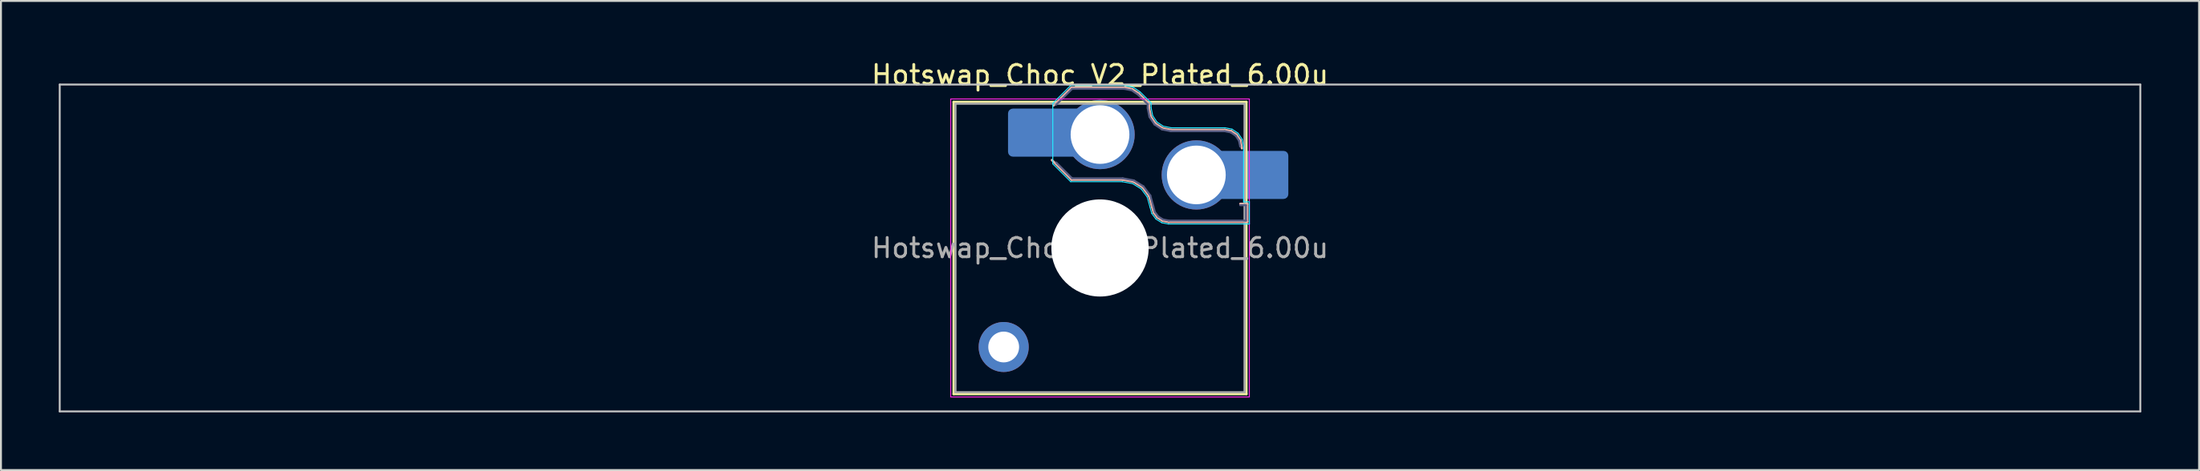
<source format=kicad_pcb>
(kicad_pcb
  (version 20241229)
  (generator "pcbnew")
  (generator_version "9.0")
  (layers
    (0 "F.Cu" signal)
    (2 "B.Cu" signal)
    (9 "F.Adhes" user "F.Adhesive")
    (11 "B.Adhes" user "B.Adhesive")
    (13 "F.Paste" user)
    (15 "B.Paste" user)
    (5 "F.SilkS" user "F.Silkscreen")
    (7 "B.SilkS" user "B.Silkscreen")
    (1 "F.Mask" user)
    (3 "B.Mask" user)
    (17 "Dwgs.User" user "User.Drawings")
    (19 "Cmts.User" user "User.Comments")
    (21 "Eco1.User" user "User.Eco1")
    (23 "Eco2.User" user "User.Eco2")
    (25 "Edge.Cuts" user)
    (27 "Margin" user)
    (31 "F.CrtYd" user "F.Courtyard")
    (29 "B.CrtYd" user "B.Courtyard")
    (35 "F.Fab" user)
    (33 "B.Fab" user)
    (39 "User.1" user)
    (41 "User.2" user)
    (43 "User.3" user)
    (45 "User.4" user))
  (footprint "Hotswap_Choc_V2_Plated_6.00u"
    (layer "F.Cu")
    (at 54.05 9.848)
    (property "Reference" "Hotswap_Choc_V2_Plated_6.00u" (at 0 -9 0) (layer "F.SilkS") (effects (font (size 1 1) (thickness 0.15))))
    (attr smd)
    (fp_line (start -7.6 -7.6) (end -7.6 7.6) (stroke (width 0.12) (type solid)) (layer "F.SilkS"))
    (fp_line (start -7.6 7.6) (end 7.6 7.6) (stroke (width 0.12) (type solid)) (layer "F.SilkS"))
    (fp_line (start 7.6 -7.6) (end -7.6 -7.6) (stroke (width 0.12) (type solid)) (layer "F.SilkS"))
    (fp_line (start 7.6 7.6) (end 7.6 -7.6) (stroke (width 0.12) (type solid)) (layer "F.SilkS"))
    (fp_line (start -2.416 -7.409) (end -1.479 -8.346) (stroke (width 0.12) (type solid)) (layer "B.SilkS"))
    (fp_line (start -1.479 -8.346) (end 1.268 -8.346) (stroke (width 0.12) (type solid)) (layer "B.SilkS"))
    (fp_line (start -1.479 -3.554) (end -2.5 -4.575) (stroke (width 0.12) (type solid)) (layer "B.SilkS"))
    (fp_line (start 1.168 -3.554) (end -1.479 -3.554) (stroke (width 0.12) (type solid)) (layer "B.SilkS"))
    (fp_line (start 1.268 -8.346) (end 1.671 -8.266) (stroke (width 0.12) (type solid)) (layer "B.SilkS"))
    (fp_line (start 1.671 -8.266) (end 2.013 -8.037) (stroke (width 0.12) (type solid)) (layer "B.SilkS"))
    (fp_line (start 1.73 -3.449) (end 1.168 -3.554) (stroke (width 0.12) (type solid)) (layer "B.SilkS"))
    (fp_line (start 2.013 -8.037) (end 2.546 -7.504) (stroke (width 0.12) (type solid)) (layer "B.SilkS"))
    (fp_line (start 2.209 -3.15) (end 1.73 -3.449) (stroke (width 0.12) (type solid)) (layer "B.SilkS"))
    (fp_line (start 2.546 -7.504) (end 2.546 -7.282) (stroke (width 0.12) (type solid)) (layer "B.SilkS"))
    (fp_line (start 2.546 -7.282) (end 2.633 -6.844) (stroke (width 0.12) (type solid)) (layer "B.SilkS"))
    (fp_line (start 2.547 -2.697) (end 2.209 -3.15) (stroke (width 0.12) (type solid)) (layer "B.SilkS"))
    (fp_line (start 2.633 -6.844) (end 2.877 -6.477) (stroke (width 0.12) (type solid)) (layer "B.SilkS"))
    (fp_line (start 2.701 -2.139) (end 2.547 -2.697) (stroke (width 0.12) (type solid)) (layer "B.SilkS"))
    (fp_line (start 2.783 -1.841) (end 2.701 -2.139) (stroke (width 0.12) (type solid)) (layer "B.SilkS"))
    (fp_line (start 2.877 -6.477) (end 3.244 -6.233) (stroke (width 0.12) (type solid)) (layer "B.SilkS"))
    (fp_line (start 2.976 -1.583) (end 2.783 -1.841) (stroke (width 0.12) (type solid)) (layer "B.SilkS"))
    (fp_line (start 3.244 -6.233) (end 3.682 -6.146) (stroke (width 0.12) (type solid)) (layer "B.SilkS"))
    (fp_line (start 3.25 -1.413) (end 2.976 -1.583) (stroke (width 0.12) (type solid)) (layer "B.SilkS"))
    (fp_line (start 3.56 -1.354) (end 3.25 -1.413) (stroke (width 0.12) (type solid)) (layer "B.SilkS"))
    (fp_line (start 3.682 -6.146) (end 6.482 -6.146) (stroke (width 0.12) (type solid)) (layer "B.SilkS"))
    (fp_line (start 6.482 -6.146) (end 6.809 -6.081) (stroke (width 0.12) (type solid)) (layer "B.SilkS"))
    (fp_line (start 6.809 -6.081) (end 7.092 -5.892) (stroke (width 0.12) (type solid)) (layer "B.SilkS"))
    (fp_line (start 7.092 -5.892) (end 7.281 -5.609) (stroke (width 0.12) (type solid)) (layer "B.SilkS"))
    (fp_line (start 7.281 -5.609) (end 7.366 -5.182) (stroke (width 0.12) (type solid)) (layer "B.SilkS"))
    (fp_line (start 7.283 -2.296) (end 7.646 -2.296) (stroke (width 0.12) (type solid)) (layer "B.SilkS"))
    (fp_line (start 7.646 -2.296) (end 7.646 -1.354) (stroke (width 0.12) (type solid)) (layer "B.SilkS"))
    (fp_line (start 7.646 -1.354) (end 3.56 -1.354) (stroke (width 0.12) (type solid)) (layer "B.SilkS"))
    (fp_line (start -54 -8.5) (end -54 8.5) (stroke (width 0.1) (type solid)) (layer "Dwgs.User"))
    (fp_line (start -54 8.5) (end 54 8.5) (stroke (width 0.1) (type solid)) (layer "Dwgs.User"))
    (fp_line (start 54 -8.5) (end -54 -8.5) (stroke (width 0.1) (type solid)) (layer "Dwgs.User"))
    (fp_line (start 54 8.5) (end 54 -8.5) (stroke (width 0.1) (type solid)) (layer "Dwgs.User"))
    (fp_line (start -7.25 -7.25) (end -7.25 7.25) (stroke (width 0.1) (type solid)) (layer "Eco1.User"))
    (fp_line (start -7.25 7.25) (end 7.25 7.25) (stroke (width 0.1) (type solid)) (layer "Eco1.User"))
    (fp_line (start 7.25 -7.25) (end -7.25 -7.25) (stroke (width 0.1) (type solid)) (layer "Eco1.User"))
    (fp_line (start 7.25 7.25) (end 7.25 -7.25) (stroke (width 0.1) (type solid)) (layer "Eco1.User"))
    (fp_line (start -2.452 -7.523) (end -1.523 -8.452) (stroke (width 0.05) (type solid)) (layer "B.CrtYd"))
    (fp_line (start -2.452 -4.377) (end -2.452 -7.523) (stroke (width 0.05) (type solid)) (layer "B.CrtYd"))
    (fp_line (start -1.523 -8.452) (end 1.278 -8.452) (stroke (width 0.05) (type solid)) (layer "B.CrtYd"))
    (fp_line (start -1.523 -3.448) (end -2.452 -4.377) (stroke (width 0.05) (type solid)) (layer "B.CrtYd"))
    (fp_line (start 1.159 -3.448) (end -1.523 -3.448) (stroke (width 0.05) (type solid)) (layer "B.CrtYd"))
    (fp_line (start 1.278 -8.452) (end 1.712 -8.366) (stroke (width 0.05) (type solid)) (layer "B.CrtYd"))
    (fp_line (start 1.691 -3.348) (end 1.159 -3.448) (stroke (width 0.05) (type solid)) (layer "B.CrtYd"))
    (fp_line (start 1.712 -8.366) (end 2.081 -8.119) (stroke (width 0.05) (type solid)) (layer "B.CrtYd"))
    (fp_line (start 2.081 -8.119) (end 2.652 -7.548) (stroke (width 0.05) (type solid)) (layer "B.CrtYd"))
    (fp_line (start 2.136 -3.071) (end 1.691 -3.348) (stroke (width 0.05) (type solid)) (layer "B.CrtYd"))
    (fp_line (start 2.45 -2.65) (end 2.136 -3.071) (stroke (width 0.05) (type solid)) (layer "B.CrtYd"))
    (fp_line (start 2.599 -2.111) (end 2.45 -2.65) (stroke (width 0.05) (type solid)) (layer "B.CrtYd"))
    (fp_line (start 2.652 -7.548) (end 2.652 -7.292) (stroke (width 0.05) (type solid)) (layer "B.CrtYd"))
    (fp_line (start 2.652 -7.292) (end 2.733 -6.885) (stroke (width 0.05) (type solid)) (layer "B.CrtYd"))
    (fp_line (start 2.687 -1.794) (end 2.599 -2.111) (stroke (width 0.05) (type solid)) (layer "B.CrtYd"))
    (fp_line (start 2.733 -6.885) (end 2.953 -6.553) (stroke (width 0.05) (type solid)) (layer "B.CrtYd"))
    (fp_line (start 2.903 -1.503) (end 2.687 -1.794) (stroke (width 0.05) (type solid)) (layer "B.CrtYd"))
    (fp_line (start 2.953 -6.553) (end 3.285 -6.333) (stroke (width 0.05) (type solid)) (layer "B.CrtYd"))
    (fp_line (start 3.211 -1.312) (end 2.903 -1.503) (stroke (width 0.05) (type solid)) (layer "B.CrtYd"))
    (fp_line (start 3.285 -6.333) (end 3.692 -6.252) (stroke (width 0.05) (type solid)) (layer "B.CrtYd"))
    (fp_line (start 3.55 -1.248) (end 3.211 -1.312) (stroke (width 0.05) (type solid)) (layer "B.CrtYd"))
    (fp_line (start 3.692 -6.252) (end 6.492 -6.252) (stroke (width 0.05) (type solid)) (layer "B.CrtYd"))
    (fp_line (start 6.492 -6.252) (end 6.85 -6.181) (stroke (width 0.05) (type solid)) (layer "B.CrtYd"))
    (fp_line (start 6.85 -6.181) (end 7.168 -5.968) (stroke (width 0.05) (type solid)) (layer "B.CrtYd"))
    (fp_line (start 7.168 -5.968) (end 7.381 -5.65) (stroke (width 0.05) (type solid)) (layer "B.CrtYd"))
    (fp_line (start 7.381 -5.65) (end 7.452 -5.292) (stroke (width 0.05) (type solid)) (layer "B.CrtYd"))
    (fp_line (start 7.452 -5.292) (end 7.452 -2.402) (stroke (width 0.05) (type solid)) (layer "B.CrtYd"))
    (fp_line (start 7.452 -2.402) (end 7.752 -2.402) (stroke (width 0.05) (type solid)) (layer "B.CrtYd"))
    (fp_line (start 7.752 -2.402) (end 7.752 -1.248) (stroke (width 0.05) (type solid)) (layer "B.CrtYd"))
    (fp_line (start 7.752 -1.248) (end 3.55 -1.248) (stroke (width 0.05) (type solid)) (layer "B.CrtYd"))
    (fp_line (start -7.75 -7.75) (end -7.75 7.75) (stroke (width 0.05) (type solid)) (layer "F.CrtYd"))
    (fp_line (start -7.75 7.75) (end 7.75 7.75) (stroke (width 0.05) (type solid)) (layer "F.CrtYd"))
    (fp_line (start 7.75 -7.75) (end -7.75 -7.75) (stroke (width 0.05) (type solid)) (layer "F.CrtYd"))
    (fp_line (start 7.75 7.75) (end 7.75 -7.75) (stroke (width 0.05) (type solid)) (layer "F.CrtYd"))
    (fp_line (start -2.275 -7.45) (end -1.45 -8.275) (stroke (width 0.1) (type solid)) (layer "B.Fab"))
    (fp_line (start -1.45 -8.275) (end 1.261 -8.275) (stroke (width 0.1) (type solid)) (layer "B.Fab"))
    (fp_line (start -1.45 -3.625) (end -2.275 -4.45) (stroke (width 0.1) (type solid)) (layer "B.Fab"))
    (fp_line (start 1.175 -3.625) (end -1.45 -3.625) (stroke (width 0.1) (type solid)) (layer "B.Fab"))
    (fp_line (start 1.261 -8.275) (end 1.643 -8.199) (stroke (width 0.1) (type solid)) (layer "B.Fab"))
    (fp_line (start 1.643 -8.199) (end 1.968 -7.982) (stroke (width 0.1) (type solid)) (layer "B.Fab"))
    (fp_line (start 1.756 -3.516) (end 1.175 -3.625) (stroke (width 0.1) (type solid)) (layer "B.Fab"))
    (fp_line (start 1.968 -7.982) (end 2.475 -7.475) (stroke (width 0.1) (type solid)) (layer "B.Fab"))
    (fp_line (start 2.258 -3.203) (end 1.756 -3.516) (stroke (width 0.1) (type solid)) (layer "B.Fab"))
    (fp_line (start 2.475 -7.475) (end 2.475 -7.275) (stroke (width 0.1) (type solid)) (layer "B.Fab"))
    (fp_line (start 2.475 -7.275) (end 2.566 -6.816) (stroke (width 0.1) (type solid)) (layer "B.Fab"))
    (fp_line (start 2.566 -6.816) (end 2.826 -6.426) (stroke (width 0.1) (type solid)) (layer "B.Fab"))
    (fp_line (start 2.612 -2.729) (end 2.258 -3.203) (stroke (width 0.1) (type solid)) (layer "B.Fab"))
    (fp_line (start 2.769 -2.158) (end 2.612 -2.729) (stroke (width 0.1) (type solid)) (layer "B.Fab"))
    (fp_line (start 2.826 -6.426) (end 3.216 -6.166) (stroke (width 0.1) (type solid)) (layer "B.Fab"))
    (fp_line (start 2.848 -1.873) (end 2.769 -2.158) (stroke (width 0.1) (type solid)) (layer "B.Fab"))
    (fp_line (start 3.025 -1.636) (end 2.848 -1.873) (stroke (width 0.1) (type solid)) (layer "B.Fab"))
    (fp_line (start 3.216 -6.166) (end 3.675 -6.075) (stroke (width 0.1) (type solid)) (layer "B.Fab"))
    (fp_line (start 3.276 -1.48) (end 3.025 -1.636) (stroke (width 0.1) (type solid)) (layer "B.Fab"))
    (fp_line (start 3.567 -1.425) (end 3.276 -1.48) (stroke (width 0.1) (type solid)) (layer "B.Fab"))
    (fp_line (start 3.675 -6.075) (end 6.475 -6.075) (stroke (width 0.1) (type solid)) (layer "B.Fab"))
    (fp_line (start 6.475 -6.075) (end 6.781 -6.014) (stroke (width 0.1) (type solid)) (layer "B.Fab"))
    (fp_line (start 6.781 -6.014) (end 7.041 -5.841) (stroke (width 0.1) (type solid)) (layer "B.Fab"))
    (fp_line (start 7.041 -5.841) (end 7.214 -5.581) (stroke (width 0.1) (type solid)) (layer "B.Fab"))
    (fp_line (start 7.214 -5.581) (end 7.275 -5.275) (stroke (width 0.1) (type solid)) (layer "B.Fab"))
    (fp_line (start 7.275 -2.225) (end 7.575 -2.225) (stroke (width 0.1) (type solid)) (layer "B.Fab"))
    (fp_line (start 7.575 -2.225) (end 7.575 -1.425) (stroke (width 0.1) (type solid)) (layer "B.Fab"))
    (fp_line (start 7.575 -1.425) (end 3.567 -1.425) (stroke (width 0.1) (type solid)) (layer "B.Fab"))
    (fp_line (start -7.5 -7.5) (end -7.5 7.5) (stroke (width 0.1) (type solid)) (layer "F.Fab"))
    (fp_line (start -7.5 7.5) (end 7.5 7.5) (stroke (width 0.1) (type solid)) (layer "F.Fab"))
    (fp_line (start 7.5 -7.5) (end -7.5 -7.5) (stroke (width 0.1) (type solid)) (layer "F.Fab"))
    (fp_line (start 7.5 7.5) (end 7.5 -7.5) (stroke (width 0.1) (type solid)) (layer "F.Fab"))
    (fp_text user "${REFERENCE}" (at 0 0 0) (layer "F.Fab") (effects (font (size 1 1) (thickness 0.15))))
    (pad "" thru_hole circle (at -5 5.15) (size 2.6 2.6) (drill 1.6) (layers "*.Cu" "*.Mask"))
    (pad "" smd roundrect (at -3.5 -6) (size 2.55 2.5) (layers "B.Mask" "B.Paste") (roundrect_rratio 0.1))
    (pad "" np_thru_hole circle (at 0 0) (size 5.05 5.05) (drill 5.05) (layers "*.Cu" "*.Mask"))
    (pad "" smd roundrect (at 8.5 -3.8) (size 2.55 2.5) (layers "B.Mask" "B.Paste") (roundrect_rratio 0.1))
    (pad "1" smd roundrect (at -2.85 -6) (size 3.85 2.5) (layers "B.Cu") (roundrect_rratio 0.1))
    (pad "1" thru_hole circle (at 0 -5.9) (size 3.6 3.6) (drill 3.05) (layers "*.Cu" "*.Mask"))
    (pad "2" thru_hole circle (at 5 -3.8) (size 3.6 3.6) (drill 3.05) (layers "*.Cu" "*.Mask"))
    (pad "2" smd roundrect (at 7.85 -3.8) (size 3.85 2.5) (layers "B.Cu") (roundrect_rratio 0.1)))
  (gr_rect
    (start -3 -3)
    (end 111.1 21.398)
    (stroke (width 0.1) (type default))
    (fill no)
    (layer "Edge.Cuts")))
</source>
